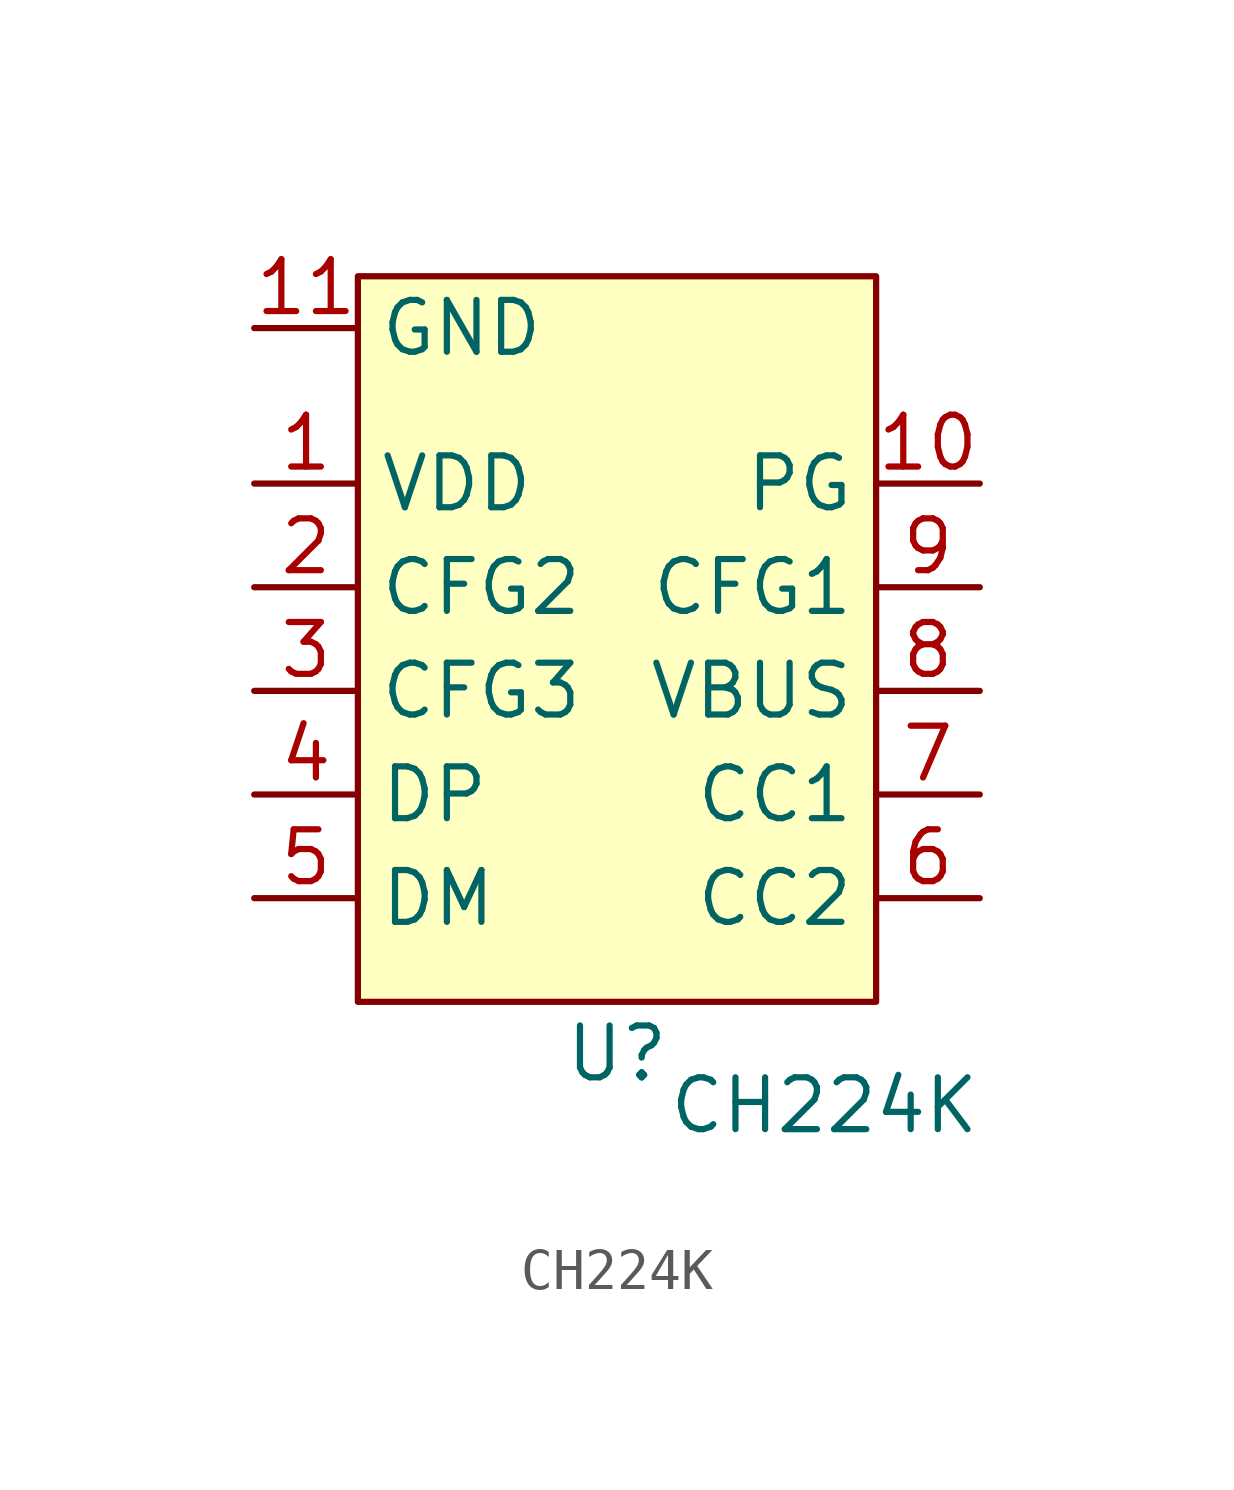
<source format=kicad_sym>
(kicad_symbol_lib
  (version 20220914)
  (generator kicad_symbol_editor)
  (symbol "CH224K"
    (property "Reference" "U"
      (at 0 -10.16 0)
      (effects (font (size 1.27 1.27))))
    (property "Value" "CH224K"
      (at 5.08 -11.43 0)
      (effects (font (size 1.27 1.27))))
    (symbol "CH224K_0_1"
      (rectangle (start -6.35 8.89) (end 6.35 -8.89) (stroke (width 0) (type default)) (fill (type background))))
    (symbol "CH224K_1_1"
      (pin power_in line (at -8.89 3.81 0) (length 2.54) (name "VDD" (effects (font (size 1.27 1.27)))) (number "1" (effects (font (size 1.27 1.27)))))
      (pin output line (at 8.89 3.81 180) (length 2.54) (name "PG" (effects (font (size 1.27 1.27)))) (number "10" (effects (font (size 1.27 1.27)))))
      (pin power_in line (at -8.89 7.62 0) (length 2.54) (name "GND" (effects (font (size 1.27 1.27)))) (number "11" (effects (font (size 1.27 1.27)))))
      (pin input line (at -8.89 1.27 0) (length 2.54) (name "CFG2" (effects (font (size 1.27 1.27)))) (number "2" (effects (font (size 1.27 1.27)))))
      (pin input line (at -8.89 -1.27 0) (length 2.54) (name "CFG3" (effects (font (size 1.27 1.27)))) (number "3" (effects (font (size 1.27 1.27)))))
      (pin bidirectional line (at -8.89 -3.81 0) (length 2.54) (name "DP" (effects (font (size 1.27 1.27)))) (number "4" (effects (font (size 1.27 1.27)))))
      (pin bidirectional line (at -8.89 -6.35 0) (length 2.54) (name "DM" (effects (font (size 1.27 1.27)))) (number "5" (effects (font (size 1.27 1.27)))))
      (pin bidirectional line (at 8.89 -6.35 180) (length 2.54) (name "CC2" (effects (font (size 1.27 1.27)))) (number "6" (effects (font (size 1.27 1.27)))))
      (pin bidirectional line (at 8.89 -3.81 180) (length 2.54) (name "CC1" (effects (font (size 1.27 1.27)))) (number "7" (effects (font (size 1.27 1.27)))))
      (pin input line (at 8.89 -1.27 180) (length 2.54) (name "VBUS" (effects (font (size 1.27 1.27)))) (number "8" (effects (font (size 1.27 1.27)))))
      (pin input line (at 8.89 1.27 180) (length 2.54) (name "CFG1" (effects (font (size 1.27 1.27)))) (number "9" (effects (font (size 1.27 1.27))))))))
</source>
